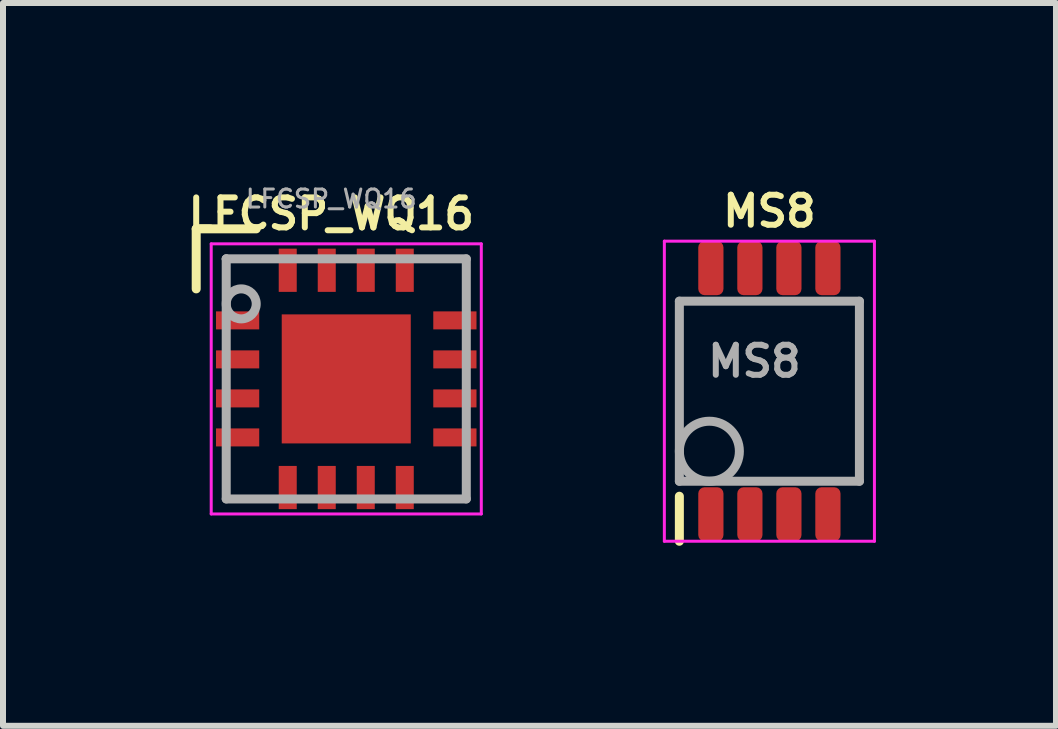
<source format=kicad_pcb>
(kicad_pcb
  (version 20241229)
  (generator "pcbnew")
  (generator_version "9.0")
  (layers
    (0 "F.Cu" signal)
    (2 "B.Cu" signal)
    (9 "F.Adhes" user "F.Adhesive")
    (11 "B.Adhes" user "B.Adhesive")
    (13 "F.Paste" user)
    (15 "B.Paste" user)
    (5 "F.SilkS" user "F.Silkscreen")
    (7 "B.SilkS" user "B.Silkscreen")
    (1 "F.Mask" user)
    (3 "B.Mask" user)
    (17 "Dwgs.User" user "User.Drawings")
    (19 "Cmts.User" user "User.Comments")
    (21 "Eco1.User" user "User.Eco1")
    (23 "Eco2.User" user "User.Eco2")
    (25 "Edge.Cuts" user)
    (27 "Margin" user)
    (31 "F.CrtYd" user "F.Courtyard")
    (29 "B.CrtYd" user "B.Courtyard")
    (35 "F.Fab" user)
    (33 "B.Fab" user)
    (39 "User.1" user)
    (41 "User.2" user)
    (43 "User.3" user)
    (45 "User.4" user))
  (footprint "LFCSP_WQ16"
    (layer "F.Cu")
    (at 2.719 3.263)
    (property "Reference" "LFCSP_WQ16" (at -0.25 -2.75 0) (layer "F.SilkS") (effects (font (size 0.5 0.5) (thickness 0.1))))
    (attr smd)
    (fp_line (start -2.5 -2.5) (end -1.5 -2.5) (stroke (width 0.15) (type solid)) (layer "F.SilkS"))
    (fp_line (start -2.5 -1.5) (end -2.5 -2.5) (stroke (width 0.15) (type solid)) (layer "F.SilkS"))
    (fp_line (start -1.5 -2.5) (end -1.5 -2.5) (stroke (width 0.05) (type solid)) (layer "F.SilkS"))
    (fp_line (start -2.25 -2.25) (end 2.25 -2.25) (stroke (width 0.05) (type solid)) (layer "F.CrtYd"))
    (fp_line (start -2.25 2.25) (end -2.25 -2.25) (stroke (width 0.05) (type solid)) (layer "F.CrtYd"))
    (fp_line (start 2.25 -2.25) (end 2.25 2.25) (stroke (width 0.05) (type solid)) (layer "F.CrtYd"))
    (fp_line (start 2.25 2.25) (end -2.25 2.25) (stroke (width 0.05) (type solid)) (layer "F.CrtYd"))
    (fp_line (start -2 -2) (end -2 -2) (stroke (width 0.15) (type solid)) (layer "F.Fab"))
    (fp_line (start -2 -2) (end 2 -2) (stroke (width 0.15) (type solid)) (layer "F.Fab"))
    (fp_line (start -2 2) (end -2 -2) (stroke (width 0.15) (type solid)) (layer "F.Fab"))
    (fp_line (start 2 -2) (end 2 2) (stroke (width 0.15) (type solid)) (layer "F.Fab"))
    (fp_line (start 2 2) (end -2 2) (stroke (width 0.15) (type solid)) (layer "F.Fab"))
    (fp_circle (center -1.75 -1.25) (end -1.5 -1.25) (stroke (width 0.15) (type solid)) (fill no) (layer "F.Fab"))
    (fp_text user "${REFERENCE}" (at -0.25 -3 0) (layer "F.Fab") (effects (font (size 0.3 0.3) (thickness 0.05))))
    (pad "1" smd rect (at -1.81 -0.975) (size 0.72 0.3) (layers "F.Cu" "F.Mask" "F.Paste"))
    (pad "2" smd rect (at -1.81 -0.325) (size 0.72 0.3) (layers "F.Cu" "F.Mask" "F.Paste"))
    (pad "3" smd rect (at -1.81 0.325) (size 0.72 0.3) (layers "F.Cu" "F.Mask" "F.Paste"))
    (pad "4" smd rect (at -1.81 0.975) (size 0.72 0.3) (layers "F.Cu" "F.Mask" "F.Paste"))
    (pad "5" smd rect (at -0.975 1.81) (size 0.3 0.72) (layers "F.Cu" "F.Mask" "F.Paste"))
    (pad "6" smd rect (at -0.325 1.81) (size 0.3 0.72) (layers "F.Cu" "F.Mask" "F.Paste"))
    (pad "7" smd rect (at 0.325 1.81) (size 0.3 0.72) (layers "F.Cu" "F.Mask" "F.Paste"))
    (pad "8" smd rect (at 0.975 1.81) (size 0.3 0.72) (layers "F.Cu" "F.Mask" "F.Paste"))
    (pad "9" smd rect (at 1.81 0.975) (size 0.72 0.3) (layers "F.Cu" "F.Mask" "F.Paste"))
    (pad "10" smd rect (at 1.81 0.325) (size 0.72 0.3) (layers "F.Cu" "F.Mask" "F.Paste"))
    (pad "11" smd rect (at 1.81 -0.325) (size 0.72 0.3) (layers "F.Cu" "F.Mask" "F.Paste"))
    (pad "12" smd rect (at 1.81 -0.975) (size 0.72 0.3) (layers "F.Cu" "F.Mask" "F.Paste"))
    (pad "13" smd rect (at 0.975 -1.81) (size 0.3 0.72) (layers "F.Cu" "F.Mask" "F.Paste"))
    (pad "14" smd rect (at 0.325 -1.81) (size 0.3 0.72) (layers "F.Cu" "F.Mask" "F.Paste"))
    (pad "15" smd rect (at -0.325 -1.81) (size 0.3 0.72) (layers "F.Cu" "F.Mask" "F.Paste"))
    (pad "16" smd rect (at -0.975 -1.81) (size 0.3 0.72) (layers "F.Cu" "F.Mask" "F.Paste"))
    (pad "17" smd rect (at 0 0) (size 2.15 2.15) (layers "F.Cu" "F.Mask" "F.Paste")))
  (footprint "MS8"
    (layer "F.Cu")
    (at 9.769 3.468)
    (property "Reference" "MS8" (at 0 -3 0) (layer "F.SilkS") (effects (font (size 0.5 0.5) (thickness 0.1))))
    (attr smd)
    (fp_line (start -1.5 1.75) (end -1.5 2.5) (stroke (width 0.15) (type solid)) (layer "F.SilkS"))
    (fp_line (start -1.75 -2.5) (end 1.75 -2.5) (stroke (width 0.05) (type solid)) (layer "F.CrtYd"))
    (fp_line (start -1.75 2.5) (end -1.75 -2.5) (stroke (width 0.05) (type solid)) (layer "F.CrtYd"))
    (fp_line (start -1.75 2.5) (end 1.75 2.5) (stroke (width 0.05) (type solid)) (layer "F.CrtYd"))
    (fp_line (start 1.75 2.5) (end 1.75 -2.5) (stroke (width 0.05) (type solid)) (layer "F.CrtYd"))
    (fp_line (start -1.5 -1.5) (end -1.5 1.5) (stroke (width 0.15) (type solid)) (layer "F.Fab"))
    (fp_line (start -1.5 1.5) (end 1.5 1.5) (stroke (width 0.15) (type solid)) (layer "F.Fab"))
    (fp_line (start 1.5 -1.5) (end -1.5 -1.5) (stroke (width 0.15) (type solid)) (layer "F.Fab"))
    (fp_line (start 1.5 1.5) (end 1.5 -1.5) (stroke (width 0.15) (type solid)) (layer "F.Fab"))
    (fp_circle (center -1 1) (end -1 1.5) (stroke (width 0.15) (type solid)) (fill no) (layer "F.Fab"))
    (fp_text user "${REFERENCE}" (at -0.25 -0.5 0) (layer "F.Fab") (effects (font (size 0.5 0.5) (thickness 0.1))))
    (pad "1" smd roundrect (at -0.975 2.05) (size 0.42 0.9) (layers "F.Cu" "F.Mask" "F.Paste") (roundrect_rratio 0.25))
    (pad "2" smd roundrect (at -0.325 2.05) (size 0.42 0.9) (layers "F.Cu" "F.Mask" "F.Paste") (roundrect_rratio 0.25))
    (pad "3" smd roundrect (at 0.325 2.05) (size 0.42 0.9) (layers "F.Cu" "F.Mask" "F.Paste") (roundrect_rratio 0.25))
    (pad "4" smd roundrect (at 0.975 2.05) (size 0.42 0.9) (layers "F.Cu" "F.Mask" "F.Paste") (roundrect_rratio 0.25))
    (pad "5" smd roundrect (at 0.975 -2.05) (size 0.42 0.9) (layers "F.Cu" "F.Mask" "F.Paste") (roundrect_rratio 0.25))
    (pad "6" smd roundrect (at 0.325 -2.05) (size 0.42 0.9) (layers "F.Cu" "F.Mask" "F.Paste") (roundrect_rratio 0.25))
    (pad "7" smd roundrect (at -0.325 -2.05) (size 0.42 0.9) (layers "F.Cu" "F.Mask" "F.Paste") (roundrect_rratio 0.25))
    (pad "8" smd roundrect (at -0.975 -2.05) (size 0.42 0.9) (layers "F.Cu" "F.Mask" "F.Paste") (roundrect_rratio 0.25)))
  (gr_rect
    (start -3 -3)
    (end 14.544 9.043)
    (stroke (width 0.1) (type default))
    (fill no)
    (layer "Edge.Cuts")))
</source>
